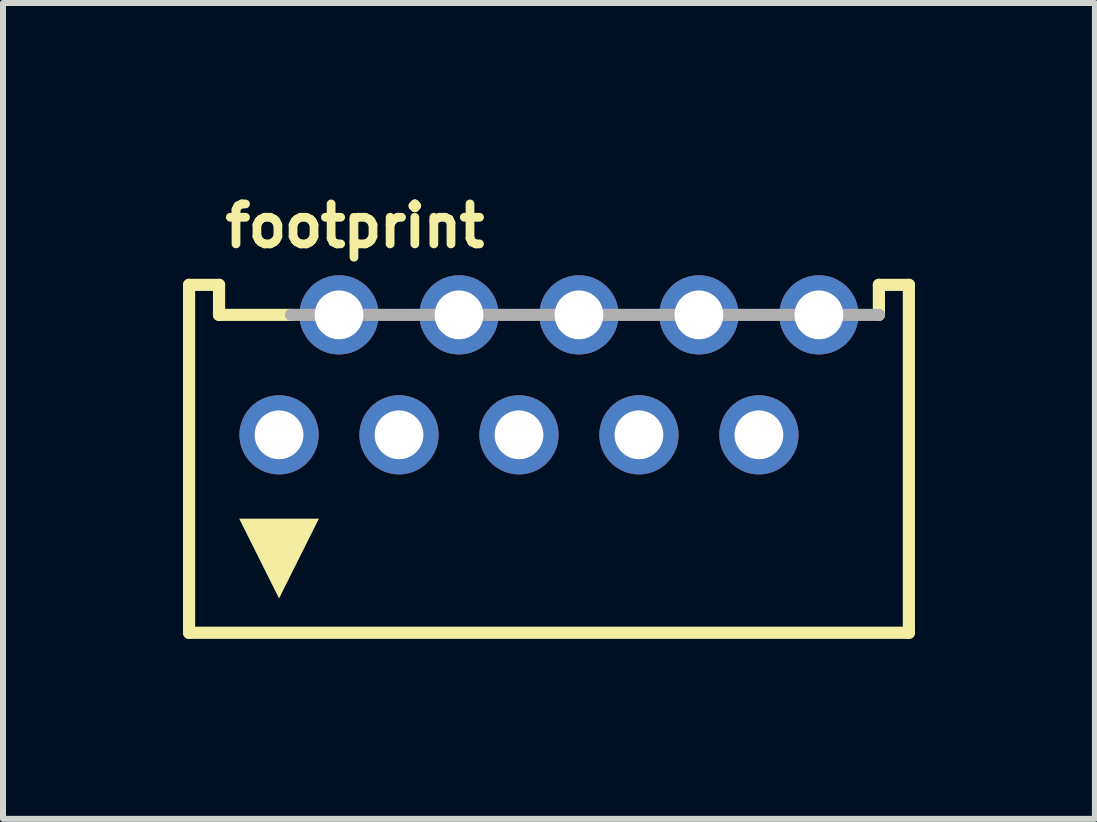
<source format=kicad_pcb>
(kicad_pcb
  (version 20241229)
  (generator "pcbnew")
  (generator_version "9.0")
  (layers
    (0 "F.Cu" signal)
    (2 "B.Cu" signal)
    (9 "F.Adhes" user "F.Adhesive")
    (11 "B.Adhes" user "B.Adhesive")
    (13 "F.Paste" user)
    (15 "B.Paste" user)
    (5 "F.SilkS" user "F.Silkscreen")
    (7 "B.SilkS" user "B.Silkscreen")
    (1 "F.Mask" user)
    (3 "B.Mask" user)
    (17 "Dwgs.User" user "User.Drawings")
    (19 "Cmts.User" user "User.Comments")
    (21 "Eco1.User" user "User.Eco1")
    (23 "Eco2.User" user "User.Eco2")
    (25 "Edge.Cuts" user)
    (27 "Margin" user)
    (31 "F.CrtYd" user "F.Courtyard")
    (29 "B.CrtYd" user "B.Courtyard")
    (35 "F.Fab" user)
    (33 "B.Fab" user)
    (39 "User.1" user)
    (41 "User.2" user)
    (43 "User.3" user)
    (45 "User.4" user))
  (footprint "footprint"
    (layer "F.Cu")
    (at 6.102 4.199)
    (property "Reference" "footprint" (at -5.472 -3.094 0) (layer "F.SilkS") (effects (font (size 0.666 0.666) (thickness 0.146)) (justify left bottom)))
    (fp_line (start -6 -2.5) (end -6 3.3) (stroke (width 0.203) (type solid)) (layer "F.SilkS"))
    (fp_line (start -6 3.3) (end 6 3.3) (stroke (width 0.203) (type solid)) (layer "F.SilkS"))
    (fp_line (start -5.5 -2.5) (end -6 -2.5) (stroke (width 0.203) (type solid)) (layer "F.SilkS"))
    (fp_line (start -5.5 -2) (end -5.5 -2.5) (stroke (width 0.203) (type solid)) (layer "F.SilkS"))
    (fp_line (start -5.5 -2) (end -4.3 -2) (stroke (width 0.203) (type solid)) (layer "F.SilkS"))
    (fp_line (start 5.5 -2.5) (end 6 -2.5) (stroke (width 0.203) (type solid)) (layer "F.SilkS"))
    (fp_line (start 5.5 -2) (end 5.5 -2.5) (stroke (width 0.203) (type solid)) (layer "F.SilkS"))
    (fp_line (start 6 -2.5) (end 6 3.3) (stroke (width 0.203) (type solid)) (layer "F.SilkS"))
    (fp_poly (pts (xy -4.5 2.727) (xy -5.164 1.398) (xy -3.836 1.398)) (stroke (width 0) (type solid)) (fill yes) (layer "F.SilkS"))
    (fp_line (start -4.3 -2) (end 5.5 -2) (stroke (width 0.203) (type solid)) (layer "F.Fab"))
    (pad "1" thru_hole circle (at -4.5 0) (size 1.321 1.321) (drill 0.813) (layers "*.Cu" "*.Mask"))
    (pad "2" thru_hole circle (at -3.5 -2) (size 1.321 1.321) (drill 0.813) (layers "*.Cu" "*.Mask"))
    (pad "3" thru_hole circle (at -2.5 0) (size 1.321 1.321) (drill 0.813) (layers "*.Cu" "*.Mask"))
    (pad "4" thru_hole circle (at -1.5 -2) (size 1.321 1.321) (drill 0.813) (layers "*.Cu" "*.Mask"))
    (pad "5" thru_hole circle (at -0.5 0) (size 1.321 1.321) (drill 0.813) (layers "*.Cu" "*.Mask"))
    (pad "6" thru_hole circle (at 0.5 -2) (size 1.321 1.321) (drill 0.813) (layers "*.Cu" "*.Mask"))
    (pad "7" thru_hole circle (at 1.5 0) (size 1.321 1.321) (drill 0.813) (layers "*.Cu" "*.Mask"))
    (pad "8" thru_hole circle (at 2.5 -2) (size 1.321 1.321) (drill 0.813) (layers "*.Cu" "*.Mask"))
    (pad "9" thru_hole circle (at 3.5 0) (size 1.321 1.321) (drill 0.813) (layers "*.Cu" "*.Mask"))
    (pad "10" thru_hole circle (at 4.5 -2) (size 1.321 1.321) (drill 0.813) (layers "*.Cu" "*.Mask")))
  (gr_rect
    (start -3 -3)
    (end 15.203 10.601)
    (stroke (width 0.1) (type default))
    (fill no)
    (layer "Edge.Cuts")))
</source>
